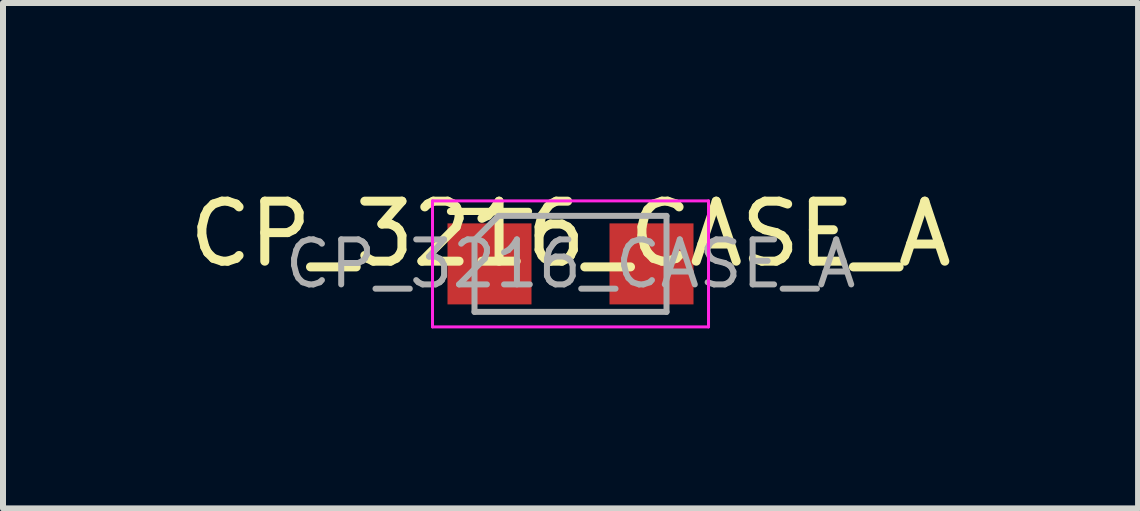
<source format=kicad_pcb>
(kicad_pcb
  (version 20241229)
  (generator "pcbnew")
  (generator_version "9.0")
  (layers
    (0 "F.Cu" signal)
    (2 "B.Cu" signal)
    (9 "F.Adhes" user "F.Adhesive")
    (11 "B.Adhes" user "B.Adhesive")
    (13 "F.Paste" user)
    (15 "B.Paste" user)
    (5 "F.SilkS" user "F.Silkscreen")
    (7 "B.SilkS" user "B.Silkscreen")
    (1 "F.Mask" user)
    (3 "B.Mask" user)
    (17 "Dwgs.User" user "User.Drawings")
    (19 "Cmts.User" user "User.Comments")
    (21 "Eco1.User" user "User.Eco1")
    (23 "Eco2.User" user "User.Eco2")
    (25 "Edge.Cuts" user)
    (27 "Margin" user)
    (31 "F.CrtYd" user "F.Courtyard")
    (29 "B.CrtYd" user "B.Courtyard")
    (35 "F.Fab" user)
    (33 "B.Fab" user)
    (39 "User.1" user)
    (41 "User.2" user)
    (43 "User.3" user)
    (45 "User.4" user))
  (footprint "CP_3216_CASE_A"
    (layer "F.Cu")
    (at 6.458 1.348)
    (property "Reference" "CP_3216_CASE_A" (at 0 -0.5 0) (unlocked yes) (layer "F.SilkS") (effects (font (size 1 1) (thickness 0.15))))
    (attr smd)
    (fp_line (start -2 -0.875) (end -0.7 -0.875) (stroke (width 0.12) (type default)) (layer "F.SilkS"))
    (fp_line (start -2.3 -1.05) (end 2.3 -1.05) (stroke (width 0.05) (type solid)) (layer "F.CrtYd"))
    (fp_line (start -2.3 1.05) (end -2.3 -1.05) (stroke (width 0.05) (type solid)) (layer "F.CrtYd"))
    (fp_line (start 2.3 -1.05) (end 2.3 1.05) (stroke (width 0.05) (type solid)) (layer "F.CrtYd"))
    (fp_line (start 2.3 1.05) (end -2.3 1.05) (stroke (width 0.05) (type solid)) (layer "F.CrtYd"))
    (fp_line (start -1.6 -0.4) (end -1.6 0.8) (stroke (width 0.1) (type solid)) (layer "F.Fab"))
    (fp_line (start -1.6 0.8) (end 1.6 0.8) (stroke (width 0.1) (type solid)) (layer "F.Fab"))
    (fp_line (start -1.2 -0.8) (end -1.6 -0.4) (stroke (width 0.1) (type solid)) (layer "F.Fab"))
    (fp_line (start 1.6 -0.8) (end -1.2 -0.8) (stroke (width 0.1) (type solid)) (layer "F.Fab"))
    (fp_line (start 1.6 0.8) (end 1.6 -0.8) (stroke (width 0.1) (type solid)) (layer "F.Fab"))
    (fp_text user "${REFERENCE}" (at 0 0 0) (layer "F.Fab") (effects (font (size 0.75 0.75) (thickness 0.1))))
    (pad "1" smd rect (at -1.35 0) (size 1.4 1.35) (layers "F.Cu" "F.Mask" "F.Paste"))
    (pad "2" smd rect (at 1.35 0) (size 1.4 1.35) (layers "F.Cu" "F.Mask" "F.Paste")))
  (gr_rect
    (start -3 -3)
    (end 15.917 5.423)
    (stroke (width 0.1) (type default))
    (fill no)
    (layer "Edge.Cuts")))
</source>
